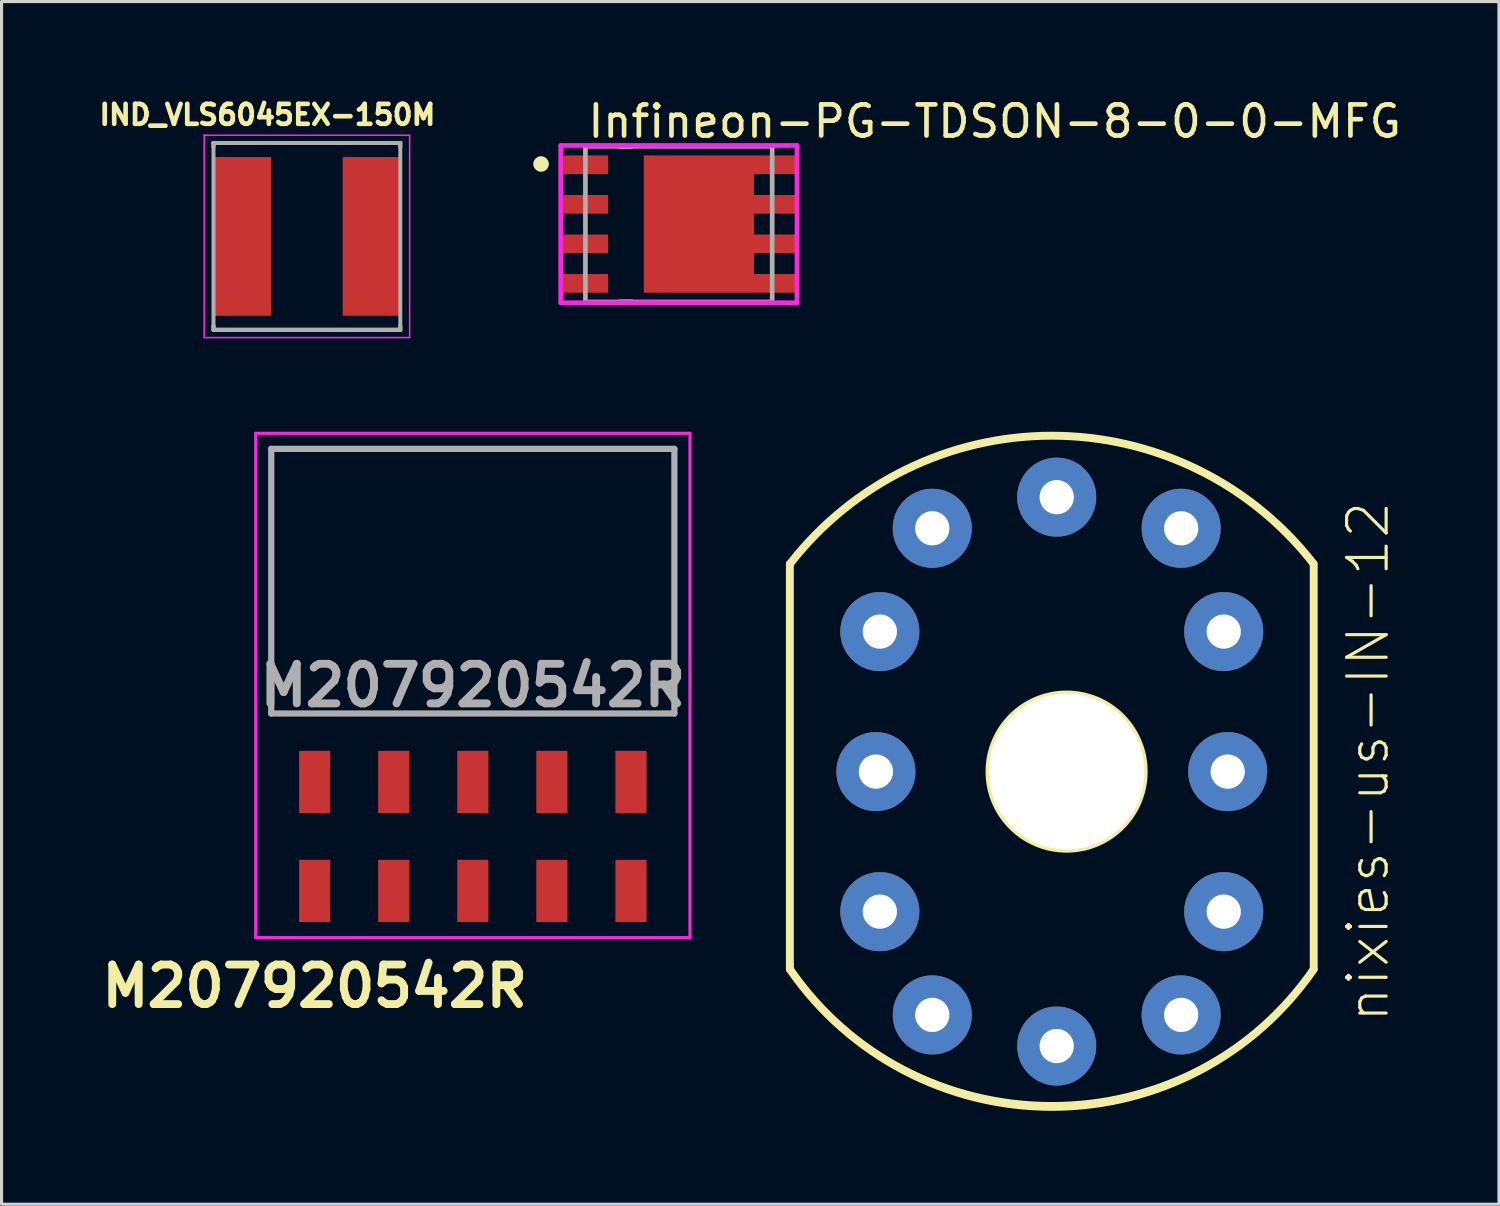
<source format=kicad_pcb>
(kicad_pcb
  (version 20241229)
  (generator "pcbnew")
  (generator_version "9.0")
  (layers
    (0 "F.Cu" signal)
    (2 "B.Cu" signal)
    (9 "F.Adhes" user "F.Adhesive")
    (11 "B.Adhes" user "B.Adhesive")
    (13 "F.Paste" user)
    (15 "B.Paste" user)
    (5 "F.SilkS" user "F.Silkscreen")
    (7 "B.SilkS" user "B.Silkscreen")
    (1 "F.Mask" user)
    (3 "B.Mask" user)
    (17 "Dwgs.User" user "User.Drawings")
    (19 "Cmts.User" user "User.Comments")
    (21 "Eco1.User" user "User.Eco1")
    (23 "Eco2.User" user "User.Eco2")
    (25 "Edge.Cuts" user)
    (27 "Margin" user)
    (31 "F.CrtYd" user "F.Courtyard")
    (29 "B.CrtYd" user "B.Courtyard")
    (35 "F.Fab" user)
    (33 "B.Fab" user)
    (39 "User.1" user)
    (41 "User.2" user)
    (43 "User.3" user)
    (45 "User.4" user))
  (footprint "IND_VLS6045EX-150M"
    (layer "F.Cu")
    (at 6.808 4.544)
    (property "Reference" "IND_VLS6045EX-150M" (at -1.268 -3.906 0) (layer "F.SilkS") (effects (font (size 0.64 0.64) (thickness 0.15))))
    (attr smd)
    (fp_line (start -3 -3) (end -3 -2.87) (stroke (width 0.127) (type solid)) (layer "F.SilkS"))
    (fp_line (start -3 -3) (end 3 -3) (stroke (width 0.127) (type solid)) (layer "F.SilkS"))
    (fp_line (start -3 3) (end -3 2.87) (stroke (width 0.127) (type solid)) (layer "F.SilkS"))
    (fp_line (start -3 3) (end 3 3) (stroke (width 0.127) (type solid)) (layer "F.SilkS"))
    (fp_line (start 3 -3) (end 3 -2.87) (stroke (width 0.127) (type solid)) (layer "F.SilkS"))
    (fp_line (start 3 3) (end 3 2.87) (stroke (width 0.127) (type solid)) (layer "F.SilkS"))
    (fp_line (start -3.3 -3.25) (end -3.3 3.25) (stroke (width 0.05) (type solid)) (layer "F.CrtYd"))
    (fp_line (start -3.3 3.25) (end 3.3 3.25) (stroke (width 0.05) (type solid)) (layer "F.CrtYd"))
    (fp_line (start 3.3 -3.25) (end -3.3 -3.25) (stroke (width 0.05) (type solid)) (layer "F.CrtYd"))
    (fp_line (start 3.3 3.25) (end 3.3 -3.25) (stroke (width 0.05) (type solid)) (layer "F.CrtYd"))
    (fp_line (start -3 -3) (end -3 3) (stroke (width 0.127) (type solid)) (layer "F.Fab"))
    (fp_line (start -3 -3) (end 3 -3) (stroke (width 0.127) (type solid)) (layer "F.Fab"))
    (fp_line (start -3 3) (end 3 3) (stroke (width 0.127) (type solid)) (layer "F.Fab"))
    (fp_line (start 3 -3) (end 3 3) (stroke (width 0.127) (type solid)) (layer "F.Fab"))
    (pad "1" smd rect (at -2.1 0) (size 1.9 5.1) (layers "F.Cu" "F.Mask" "F.Paste"))
    (pad "2" smd rect (at 2.1 0) (size 1.9 5.1) (layers "F.Cu" "F.Mask" "F.Paste")))
  (footprint "M207920542R"
    (layer "F.Cu")
    (at 12.138 18.469)
    (property "Reference" "M207920542R" (at -5.08 10.16 0) (layer "F.SilkS") (effects (font (size 1.27 1.27) (thickness 0.254))))
    (attr smd)
    (fp_line (start -6.475 -7.1) (end 6.475 -7.1) (stroke (width 0.1) (type solid)) (layer "F.SilkS"))
    (fp_line (start -6.475 1.4) (end -6.475 -7.1) (stroke (width 0.1) (type solid)) (layer "F.SilkS"))
    (fp_line (start 6.475 -7.1) (end 6.475 1.4) (stroke (width 0.1) (type solid)) (layer "F.SilkS"))
    (fp_line (start 6.475 1.4) (end -6.475 1.4) (stroke (width 0.1) (type solid)) (layer "F.SilkS"))
    (fp_line (start -6.975 -7.6) (end 6.975 -7.6) (stroke (width 0.1) (type solid)) (layer "F.CrtYd"))
    (fp_line (start -6.975 8.6) (end -6.975 -7.6) (stroke (width 0.1) (type solid)) (layer "F.CrtYd"))
    (fp_line (start 6.975 -7.6) (end 6.975 8.6) (stroke (width 0.1) (type solid)) (layer "F.CrtYd"))
    (fp_line (start 6.975 8.6) (end -6.975 8.6) (stroke (width 0.1) (type solid)) (layer "F.CrtYd"))
    (fp_line (start -6.475 -7.1) (end 6.475 -7.1) (stroke (width 0.2) (type solid)) (layer "F.Fab"))
    (fp_line (start -6.475 1.4) (end -6.475 -7.1) (stroke (width 0.2) (type solid)) (layer "F.Fab"))
    (fp_line (start 6.475 -7.1) (end 6.475 1.4) (stroke (width 0.2) (type solid)) (layer "F.Fab"))
    (fp_line (start 6.475 1.4) (end -6.475 1.4) (stroke (width 0.2) (type solid)) (layer "F.Fab"))
    (fp_text user "${REFERENCE}" (at 0 0.5 0) (layer "F.Fab") (effects (font (size 1.27 1.27) (thickness 0.254))))
    (pad "1" smd rect (at -5.08 7.1) (size 1 2) (layers "F.Cu" "F.Mask" "F.Paste"))
    (pad "2" smd rect (at -5.08 3.6) (size 1 2) (layers "F.Cu" "F.Mask" "F.Paste"))
    (pad "3" smd rect (at -2.54 7.1) (size 1 2) (layers "F.Cu" "F.Mask" "F.Paste"))
    (pad "4" smd rect (at -2.54 3.6) (size 1 2) (layers "F.Cu" "F.Mask" "F.Paste"))
    (pad "5" smd rect (at 0 7.1) (size 1 2) (layers "F.Cu" "F.Mask" "F.Paste"))
    (pad "6" smd rect (at 0 3.6) (size 1 2) (layers "F.Cu" "F.Mask" "F.Paste"))
    (pad "7" smd rect (at 2.54 7.1) (size 1 2) (layers "F.Cu" "F.Mask" "F.Paste"))
    (pad "8" smd rect (at 2.54 3.6) (size 1 2) (layers "F.Cu" "F.Mask" "F.Paste"))
    (pad "9" smd rect (at 5.08 7.1) (size 1 2) (layers "F.Cu" "F.Mask" "F.Paste"))
    (pad "10" smd rect (at 5.08 3.6) (size 1 2) (layers "F.Cu" "F.Mask" "F.Paste")))
  (footprint "nixies-us-IN-12"
    (layer "F.Cu")
    (at 31.212 21.736)
    (property "Reference" "nixies-us-IN-12" (at 9.682 -0.318 90) (layer "F.SilkS") (effects (font (size 1.27 1.27) (thickness 0.102))))
    (attr exclude_from_pos_files exclude_from_bom)
    (fp_line (start -8.89 6.19) (end -8.89 -6.668) (stroke (width 0.254) (type solid)) (layer "F.SilkS"))
    (fp_line (start -8.89 6.19) (end -8.89 6.35) (stroke (width 0.254) (type solid)) (layer "F.SilkS"))
    (fp_line (start 7.938 -6.668) (end 7.938 6.35) (stroke (width 0.254) (type solid)) (layer "F.SilkS"))
    (fp_arc (start -8.89 -6.6675) (mid -0.483925 -10.789801) (end 7.929063 -6.681627) (stroke (width 0.254) (type solid)) (layer "F.SilkS"))
    (fp_arc (start -8.89 -6.6675) (mid -0.483112 -10.757563) (end 7.929982 -6.680281) (stroke (width 0.127) (type solid)) (layer "F.SilkS"))
    (fp_arc (start 7.9375 6.35) (mid -0.475414 10.677846) (end -8.887964 6.349294) (stroke (width 0.127) (type solid)) (layer "F.SilkS"))
    (fp_arc (start 7.9375 6.35) (mid -0.469135 10.76972) (end -8.880822 6.359623) (stroke (width 0.254) (type solid)) (layer "F.SilkS"))
    (fp_circle (center 0 0) (end 0 -2.54) (stroke (width 0.127) (type solid)) (fill no) (layer "F.SilkS"))
    (pad "" np_thru_hole circle (at 0 0) (size 4.999 4.999) (drill 4.999) (layers "*.Cu" "*.Mask"))
    (pad "0" thru_hole circle (at 5.047 4.498) (size 2.54 2.54) (drill 1.1) (layers "*.Cu" "*.Mask"))
    (pad "1" thru_hole circle (at -4.315 7.816) (size 2.54 2.54) (drill 1.1) (layers "*.Cu" "*.Mask"))
    (pad "2" thru_hole circle (at -5.999 4.498) (size 2.54 2.54) (drill 1.1) (layers "*.Cu" "*.Mask"))
    (pad "3" thru_hole circle (at -6.126 0) (size 2.54 2.54) (drill 1.1) (layers "*.Cu" "*.Mask"))
    (pad "4" thru_hole circle (at -5.999 -4.498) (size 2.54 2.54) (drill 1.1) (layers "*.Cu" "*.Mask"))
    (pad "5" thru_hole circle (at -4.315 -7.816) (size 2.54 2.54) (drill 1.1) (layers "*.Cu" "*.Mask"))
    (pad "6" thru_hole circle (at -0.318 -8.816) (size 2.54 2.54) (drill 1.1) (layers "*.Cu" "*.Mask"))
    (pad "7" thru_hole circle (at 3.68 -7.816) (size 2.54 2.54) (drill 1.1) (layers "*.Cu" "*.Mask"))
    (pad "8" thru_hole circle (at 5.047 -4.498) (size 2.54 2.54) (drill 1.1) (layers "*.Cu" "*.Mask"))
    (pad "9" thru_hole circle (at 5.174 0) (size 2.54 2.54) (drill 1.1) (layers "*.Cu" "*.Mask"))
    (pad "A" thru_hole circle (at 3.68 7.816) (size 2.54 2.54) (drill 1.1) (layers "*.Cu" "*.Mask"))
    (pad "LHDP" thru_hole circle (at -0.318 8.816) (size 2.54 2.54) (drill 1.1) (layers "*.Cu" "*.Mask")))
  (footprint "Infineon-PG-TDSON-8-0-0-MFG"
    (layer "F.Cu")
    (at 18.755 4.148)
    (property "Reference" "Infineon-PG-TDSON-8-0-0-MFG" (at -3 -3.3 0) (layer "F.SilkS") (effects (font (size 1 1) (thickness 0.15)) (justify left)))
    (attr smd)
    (fp_line (start -1.895 -2.5) (end -1.5 -2.5) (stroke (width 0.15) (type solid)) (layer "F.SilkS"))
    (fp_line (start -1.895 2.5) (end -1.5 2.5) (stroke (width 0.15) (type solid)) (layer "F.SilkS"))
    (fp_circle (center -4.425 -1.93) (end -4.3 -1.93) (stroke (width 0.25) (type solid)) (fill no) (layer "F.SilkS"))
    (fp_line (start -3.795 -2.525) (end -3.795 2.525) (stroke (width 0.15) (type solid)) (layer "F.CrtYd"))
    (fp_line (start -3.795 2.525) (end 3.795 2.525) (stroke (width 0.15) (type solid)) (layer "F.CrtYd"))
    (fp_line (start 3.795 -2.525) (end -3.795 -2.525) (stroke (width 0.15) (type solid)) (layer "F.CrtYd"))
    (fp_line (start 3.795 -2.525) (end 3.795 -2.525) (stroke (width 0.15) (type solid)) (layer "F.CrtYd"))
    (fp_line (start 3.795 2.525) (end 3.795 -2.525) (stroke (width 0.15) (type solid)) (layer "F.CrtYd"))
    (fp_line (start -3 -2.5) (end 3 -2.5) (stroke (width 0.15) (type solid)) (layer "F.Fab"))
    (fp_line (start -3 2.5) (end -3 -2.5) (stroke (width 0.15) (type solid)) (layer "F.Fab"))
    (fp_line (start 3 -2.5) (end 3 2.5) (stroke (width 0.15) (type solid)) (layer "F.Fab"))
    (fp_line (start 3 2.5) (end -3 2.5) (stroke (width 0.15) (type solid)) (layer "F.Fab"))
    (pad "" smd rect (at -3.02 -1.905) (size 1.4 0.5) (layers "F.Paste"))
    (pad "" smd rect (at -3.02 -0.635) (size 1.4 0.5) (layers "F.Paste"))
    (pad "" smd rect (at -3.02 0.635) (size 1.4 0.5) (layers "F.Paste"))
    (pad "" smd rect (at -3.02 1.905) (size 1.4 0.5) (layers "F.Paste"))
    (pad "" smd rect (at -0.205 -0.85) (size 1.5 1.5) (layers "F.Paste"))
    (pad "" smd rect (at -0.205 0.85) (size 1.5 1.5) (layers "F.Paste"))
    (pad "" smd rect (at 1.495 -0.85) (size 1.5 1.5) (layers "F.Paste"))
    (pad "" smd rect (at 1.495 0.85) (size 1.5 1.5) (layers "F.Paste"))
    (pad "" smd rect (at 3.12 -1.905) (size 1.2 0.5) (layers "F.Paste"))
    (pad "" smd rect (at 3.12 -0.635) (size 1.2 0.5) (layers "F.Paste"))
    (pad "" smd rect (at 3.12 0.635) (size 1.2 0.5) (layers "F.Paste"))
    (pad "" smd rect (at 3.12 1.905) (size 1.2 0.5) (layers "F.Paste"))
    (pad "1" smd rect (at -3.02 -1.905) (size 1.5 0.6) (layers "F.Cu" "F.Mask"))
    (pad "2" smd rect (at -3.02 -0.635) (size 1.5 0.6) (layers "F.Cu" "F.Mask"))
    (pad "3" smd rect (at -3.02 0.635) (size 1.5 0.6) (layers "F.Cu" "F.Mask"))
    (pad "4" smd rect (at -3.02 1.905) (size 1.5 0.6) (layers "F.Cu" "F.Mask"))
    (pad "5-6-7-8" smd custom (at 0.647 0) (size 1 1) (layers "F.Cu" "F.Mask") (options (anchor circle)) (primitives (gr_poly (pts (xy 3.123 -2.205) (xy -1.772 -2.205) (xy -1.772 2.205) (xy 3.123 2.205) (xy 3.123 1.605) (xy 1.772 1.605) (xy 1.772 0.935) (xy 3.123 0.935) (xy 3.123 0.335) (xy 1.772 0.335) (xy 1.772 -0.335) (xy 3.123 -0.335) (xy 3.123 -0.935) (xy 1.772 -0.935) (xy 1.772 -1.605) (xy 3.123 -1.605) (xy 3.123 -2.205)) (width 0) (fill yes)))))
  (gr_rect
    (start -3 -3)
    (end 45.1 35.633)
    (stroke (width 0.1) (type default))
    (fill no)
    (layer "Edge.Cuts")))
</source>
